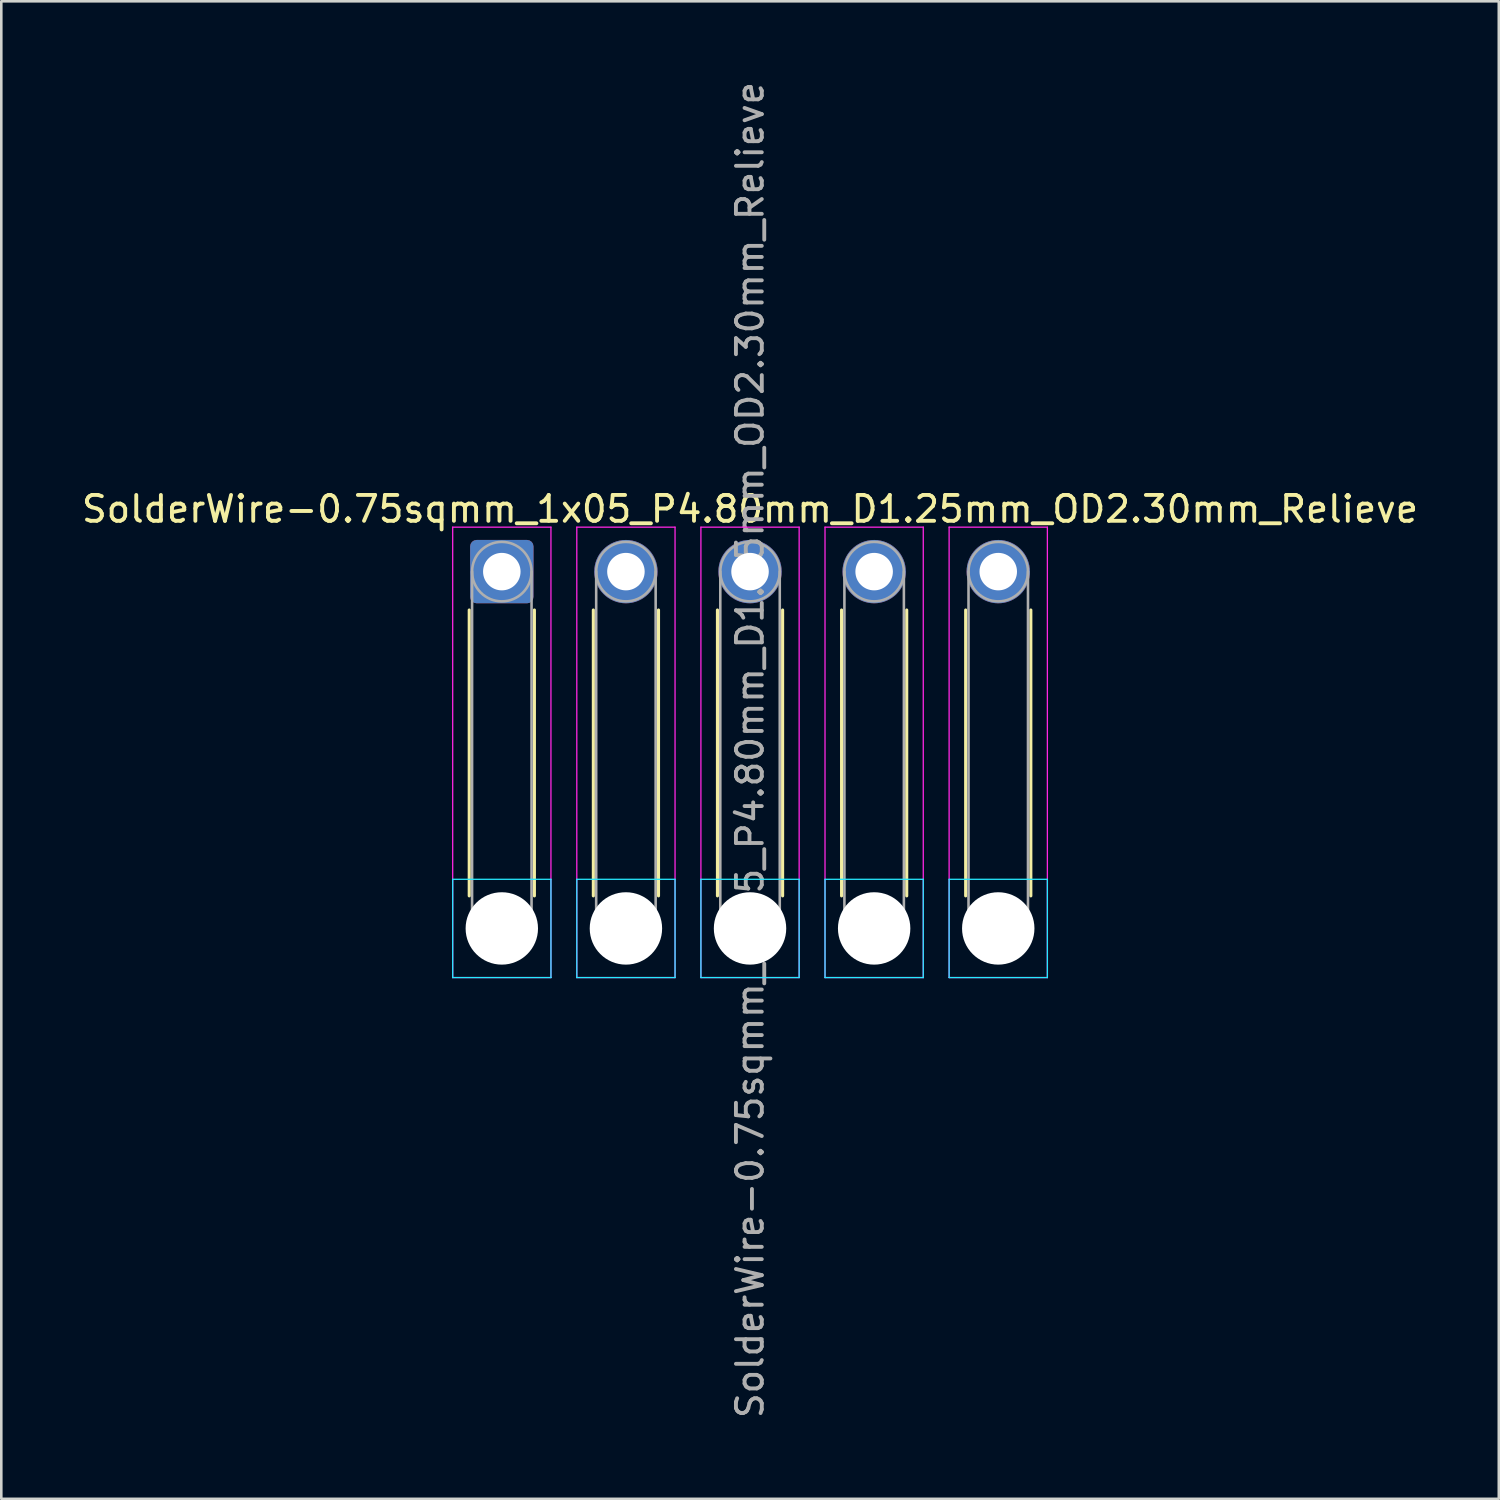
<source format=kicad_pcb>
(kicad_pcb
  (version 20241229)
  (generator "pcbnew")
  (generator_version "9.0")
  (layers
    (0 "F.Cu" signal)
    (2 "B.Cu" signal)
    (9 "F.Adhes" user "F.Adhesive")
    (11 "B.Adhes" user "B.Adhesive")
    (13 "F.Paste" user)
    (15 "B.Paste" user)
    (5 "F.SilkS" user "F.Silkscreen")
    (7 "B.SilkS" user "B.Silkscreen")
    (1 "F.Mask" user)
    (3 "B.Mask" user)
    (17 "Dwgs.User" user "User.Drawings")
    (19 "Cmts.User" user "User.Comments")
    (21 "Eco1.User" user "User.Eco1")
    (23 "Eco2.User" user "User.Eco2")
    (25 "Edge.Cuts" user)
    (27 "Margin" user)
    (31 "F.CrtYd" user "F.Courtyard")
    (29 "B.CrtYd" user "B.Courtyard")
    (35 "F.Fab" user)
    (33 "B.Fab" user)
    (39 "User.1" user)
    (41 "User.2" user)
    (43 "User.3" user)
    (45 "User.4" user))
  (footprint "SolderWire-0.75sqmm_1x05_P4.80mm_D1.25mm_OD2.30mm_Relieve"
    (layer "F.Cu")
    (at 16.358 19.058)
    (property "Reference" "SolderWire-0.75sqmm_1x05_P4.80mm_D1.25mm_OD2.30mm_Relieve" (at 9.6 -2.42 0) (layer "F.SilkS") (effects (font (size 1 1) (thickness 0.15))))
    (attr exclude_from_pos_files exclude_from_bom)
    (fp_line (start -1.26 1.485) (end -1.26 12.54) (stroke (width 0.12) (type solid)) (layer "F.SilkS"))
    (fp_line (start 1.26 1.485) (end 1.26 12.54) (stroke (width 0.12) (type solid)) (layer "F.SilkS"))
    (fp_line (start 3.54 1.485) (end 3.54 12.54) (stroke (width 0.12) (type solid)) (layer "F.SilkS"))
    (fp_line (start 6.06 1.485) (end 6.06 12.54) (stroke (width 0.12) (type solid)) (layer "F.SilkS"))
    (fp_line (start 8.34 1.485) (end 8.34 12.54) (stroke (width 0.12) (type solid)) (layer "F.SilkS"))
    (fp_line (start 10.86 1.485) (end 10.86 12.54) (stroke (width 0.12) (type solid)) (layer "F.SilkS"))
    (fp_line (start 13.14 1.485) (end 13.14 12.54) (stroke (width 0.12) (type solid)) (layer "F.SilkS"))
    (fp_line (start 15.66 1.485) (end 15.66 12.54) (stroke (width 0.12) (type solid)) (layer "F.SilkS"))
    (fp_line (start 17.94 1.485) (end 17.94 12.54) (stroke (width 0.12) (type solid)) (layer "F.SilkS"))
    (fp_line (start 20.46 1.485) (end 20.46 12.54) (stroke (width 0.12) (type solid)) (layer "F.SilkS"))
    (fp_line (start -1.9 11.9) (end -1.9 15.7) (stroke (width 0.05) (type solid)) (layer "B.CrtYd"))
    (fp_line (start -1.9 15.7) (end 1.9 15.7) (stroke (width 0.05) (type solid)) (layer "B.CrtYd"))
    (fp_line (start 1.9 11.9) (end -1.9 11.9) (stroke (width 0.05) (type solid)) (layer "B.CrtYd"))
    (fp_line (start 1.9 15.7) (end 1.9 11.9) (stroke (width 0.05) (type solid)) (layer "B.CrtYd"))
    (fp_line (start 2.9 11.9) (end 2.9 15.7) (stroke (width 0.05) (type solid)) (layer "B.CrtYd"))
    (fp_line (start 2.9 15.7) (end 6.7 15.7) (stroke (width 0.05) (type solid)) (layer "B.CrtYd"))
    (fp_line (start 6.7 11.9) (end 2.9 11.9) (stroke (width 0.05) (type solid)) (layer "B.CrtYd"))
    (fp_line (start 6.7 15.7) (end 6.7 11.9) (stroke (width 0.05) (type solid)) (layer "B.CrtYd"))
    (fp_line (start 7.7 11.9) (end 7.7 15.7) (stroke (width 0.05) (type solid)) (layer "B.CrtYd"))
    (fp_line (start 7.7 15.7) (end 11.5 15.7) (stroke (width 0.05) (type solid)) (layer "B.CrtYd"))
    (fp_line (start 11.5 11.9) (end 7.7 11.9) (stroke (width 0.05) (type solid)) (layer "B.CrtYd"))
    (fp_line (start 11.5 15.7) (end 11.5 11.9) (stroke (width 0.05) (type solid)) (layer "B.CrtYd"))
    (fp_line (start 12.5 11.9) (end 12.5 15.7) (stroke (width 0.05) (type solid)) (layer "B.CrtYd"))
    (fp_line (start 12.5 15.7) (end 16.3 15.7) (stroke (width 0.05) (type solid)) (layer "B.CrtYd"))
    (fp_line (start 16.3 11.9) (end 12.5 11.9) (stroke (width 0.05) (type solid)) (layer "B.CrtYd"))
    (fp_line (start 16.3 15.7) (end 16.3 11.9) (stroke (width 0.05) (type solid)) (layer "B.CrtYd"))
    (fp_line (start 17.3 11.9) (end 17.3 15.7) (stroke (width 0.05) (type solid)) (layer "B.CrtYd"))
    (fp_line (start 17.3 15.7) (end 21.1 15.7) (stroke (width 0.05) (type solid)) (layer "B.CrtYd"))
    (fp_line (start 21.1 11.9) (end 17.3 11.9) (stroke (width 0.05) (type solid)) (layer "B.CrtYd"))
    (fp_line (start 21.1 15.7) (end 21.1 11.9) (stroke (width 0.05) (type solid)) (layer "B.CrtYd"))
    (fp_line (start -1.9 -1.72) (end -1.9 15.7) (stroke (width 0.05) (type solid)) (layer "F.CrtYd"))
    (fp_line (start -1.9 15.7) (end 1.9 15.7) (stroke (width 0.05) (type solid)) (layer "F.CrtYd"))
    (fp_line (start 1.9 -1.72) (end -1.9 -1.72) (stroke (width 0.05) (type solid)) (layer "F.CrtYd"))
    (fp_line (start 1.9 15.7) (end 1.9 -1.72) (stroke (width 0.05) (type solid)) (layer "F.CrtYd"))
    (fp_line (start 2.9 -1.72) (end 2.9 15.7) (stroke (width 0.05) (type solid)) (layer "F.CrtYd"))
    (fp_line (start 2.9 15.7) (end 6.7 15.7) (stroke (width 0.05) (type solid)) (layer "F.CrtYd"))
    (fp_line (start 6.7 -1.72) (end 2.9 -1.72) (stroke (width 0.05) (type solid)) (layer "F.CrtYd"))
    (fp_line (start 6.7 15.7) (end 6.7 -1.72) (stroke (width 0.05) (type solid)) (layer "F.CrtYd"))
    (fp_line (start 7.7 -1.72) (end 7.7 15.7) (stroke (width 0.05) (type solid)) (layer "F.CrtYd"))
    (fp_line (start 7.7 15.7) (end 11.5 15.7) (stroke (width 0.05) (type solid)) (layer "F.CrtYd"))
    (fp_line (start 11.5 -1.72) (end 7.7 -1.72) (stroke (width 0.05) (type solid)) (layer "F.CrtYd"))
    (fp_line (start 11.5 15.7) (end 11.5 -1.72) (stroke (width 0.05) (type solid)) (layer "F.CrtYd"))
    (fp_line (start 12.5 -1.72) (end 12.5 15.7) (stroke (width 0.05) (type solid)) (layer "F.CrtYd"))
    (fp_line (start 12.5 15.7) (end 16.3 15.7) (stroke (width 0.05) (type solid)) (layer "F.CrtYd"))
    (fp_line (start 16.3 -1.72) (end 12.5 -1.72) (stroke (width 0.05) (type solid)) (layer "F.CrtYd"))
    (fp_line (start 16.3 15.7) (end 16.3 -1.72) (stroke (width 0.05) (type solid)) (layer "F.CrtYd"))
    (fp_line (start 17.3 -1.72) (end 17.3 15.7) (stroke (width 0.05) (type solid)) (layer "F.CrtYd"))
    (fp_line (start 17.3 15.7) (end 21.1 15.7) (stroke (width 0.05) (type solid)) (layer "F.CrtYd"))
    (fp_line (start 21.1 -1.72) (end 17.3 -1.72) (stroke (width 0.05) (type solid)) (layer "F.CrtYd"))
    (fp_line (start 21.1 15.7) (end 21.1 -1.72) (stroke (width 0.05) (type solid)) (layer "F.CrtYd"))
    (fp_line (start -1.15 0) (end -1.15 13.8) (stroke (width 0.1) (type solid)) (layer "F.Fab"))
    (fp_line (start 1.15 0) (end 1.15 13.8) (stroke (width 0.1) (type solid)) (layer "F.Fab"))
    (fp_line (start 3.65 0) (end 3.65 13.8) (stroke (width 0.1) (type solid)) (layer "F.Fab"))
    (fp_line (start 5.95 0) (end 5.95 13.8) (stroke (width 0.1) (type solid)) (layer "F.Fab"))
    (fp_line (start 8.45 0) (end 8.45 13.8) (stroke (width 0.1) (type solid)) (layer "F.Fab"))
    (fp_line (start 10.75 0) (end 10.75 13.8) (stroke (width 0.1) (type solid)) (layer "F.Fab"))
    (fp_line (start 13.25 0) (end 13.25 13.8) (stroke (width 0.1) (type solid)) (layer "F.Fab"))
    (fp_line (start 15.55 0) (end 15.55 13.8) (stroke (width 0.1) (type solid)) (layer "F.Fab"))
    (fp_line (start 18.05 0) (end 18.05 13.8) (stroke (width 0.1) (type solid)) (layer "F.Fab"))
    (fp_line (start 20.35 0) (end 20.35 13.8) (stroke (width 0.1) (type solid)) (layer "F.Fab"))
    (fp_circle (center 0 0) (end 1.15 0) (stroke (width 0.1) (type solid)) (fill no) (layer "F.Fab"))
    (fp_circle (center 0 13.8) (end 1.15 13.8) (stroke (width 0.1) (type solid)) (fill no) (layer "F.Fab"))
    (fp_circle (center 4.8 0) (end 5.95 0) (stroke (width 0.1) (type solid)) (fill no) (layer "F.Fab"))
    (fp_circle (center 4.8 13.8) (end 5.95 13.8) (stroke (width 0.1) (type solid)) (fill no) (layer "F.Fab"))
    (fp_circle (center 9.6 0) (end 10.75 0) (stroke (width 0.1) (type solid)) (fill no) (layer "F.Fab"))
    (fp_circle (center 9.6 13.8) (end 10.75 13.8) (stroke (width 0.1) (type solid)) (fill no) (layer "F.Fab"))
    (fp_circle (center 14.4 0) (end 15.55 0) (stroke (width 0.1) (type solid)) (fill no) (layer "F.Fab"))
    (fp_circle (center 14.4 13.8) (end 15.55 13.8) (stroke (width 0.1) (type solid)) (fill no) (layer "F.Fab"))
    (fp_circle (center 19.2 0) (end 20.35 0) (stroke (width 0.1) (type solid)) (fill no) (layer "F.Fab"))
    (fp_circle (center 19.2 13.8) (end 20.35 13.8) (stroke (width 0.1) (type solid)) (fill no) (layer "F.Fab"))
    (fp_text user "${REFERENCE}" (at 9.6 6.9 90) (layer "F.Fab") (effects (font (size 1 1) (thickness 0.15))))
    (pad "" np_thru_hole circle (at 0 13.8) (size 2.8 2.8) (drill 2.8) (layers "*.Cu" "*.Mask"))
    (pad "" np_thru_hole circle (at 4.8 13.8) (size 2.8 2.8) (drill 2.8) (layers "*.Cu" "*.Mask"))
    (pad "" np_thru_hole circle (at 9.6 13.8) (size 2.8 2.8) (drill 2.8) (layers "*.Cu" "*.Mask"))
    (pad "" np_thru_hole circle (at 14.4 13.8) (size 2.8 2.8) (drill 2.8) (layers "*.Cu" "*.Mask"))
    (pad "" np_thru_hole circle (at 19.2 13.8) (size 2.8 2.8) (drill 2.8) (layers "*.Cu" "*.Mask"))
    (pad "1" thru_hole roundrect (at 0 0) (size 2.45 2.45) (drill 1.45) (layers "*.Cu" "*.Mask") (roundrect_rratio 0.102))
    (pad "2" thru_hole circle (at 4.8 0) (size 2.45 2.45) (drill 1.45) (layers "*.Cu" "*.Mask"))
    (pad "3" thru_hole circle (at 9.6 0) (size 2.45 2.45) (drill 1.45) (layers "*.Cu" "*.Mask"))
    (pad "4" thru_hole circle (at 14.4 0) (size 2.45 2.45) (drill 1.45) (layers "*.Cu" "*.Mask"))
    (pad "5" thru_hole circle (at 19.2 0) (size 2.45 2.45) (drill 1.45) (layers "*.Cu" "*.Mask")))
  (gr_rect
    (start -3 -3)
    (end 54.917 54.917)
    (stroke (width 0.1) (type default))
    (fill no)
    (layer "Edge.Cuts")))
</source>
